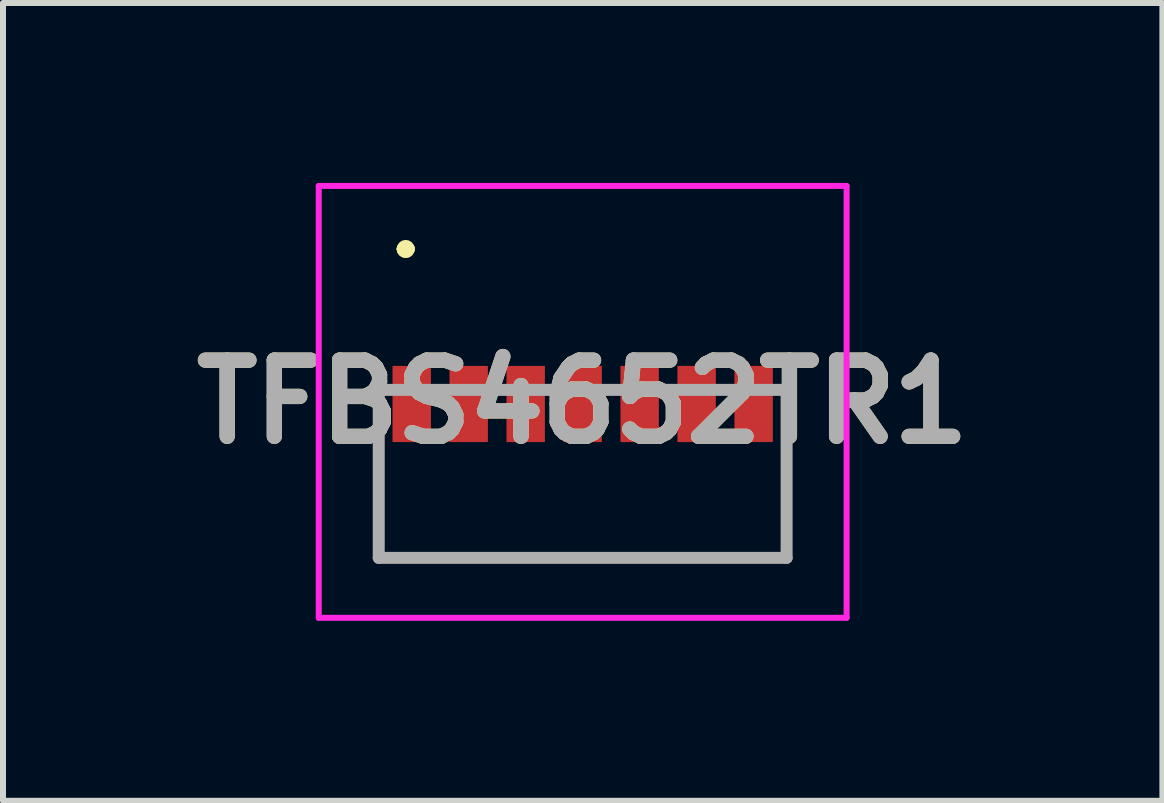
<source format=kicad_pcb>
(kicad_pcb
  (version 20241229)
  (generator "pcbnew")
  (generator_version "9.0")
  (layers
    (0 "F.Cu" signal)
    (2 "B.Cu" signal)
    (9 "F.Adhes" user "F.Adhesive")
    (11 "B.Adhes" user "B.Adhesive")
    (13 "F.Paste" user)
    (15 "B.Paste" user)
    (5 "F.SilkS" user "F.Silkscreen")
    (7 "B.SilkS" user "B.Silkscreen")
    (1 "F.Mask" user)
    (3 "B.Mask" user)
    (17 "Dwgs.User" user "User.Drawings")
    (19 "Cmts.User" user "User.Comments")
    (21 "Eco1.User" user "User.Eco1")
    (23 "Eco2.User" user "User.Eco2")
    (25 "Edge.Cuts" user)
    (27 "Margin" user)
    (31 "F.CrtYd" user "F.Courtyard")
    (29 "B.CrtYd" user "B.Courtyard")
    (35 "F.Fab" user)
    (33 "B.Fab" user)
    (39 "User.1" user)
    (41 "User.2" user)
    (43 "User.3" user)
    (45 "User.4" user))
  (footprint "TFBS4652TR1"
    (layer "F.Cu")
    (at 6.664 4.85)
    (property "Reference" "TFBS4652TR1" (at 0 -1.2 0) (layer "F.SilkS") (effects (font (size 1.27 1.27) (thickness 0.254))))
    (attr smd)
    (fp_line (start -3.4 -1.4) (end -3.4 -1.4) (stroke (width 0.1) (type solid)) (layer "F.SilkS"))
    (fp_line (start -3.4 -1.4) (end -3.4 1.4) (stroke (width 0.1) (type solid)) (layer "F.SilkS"))
    (fp_line (start -3.4 1.4) (end -3.4 -1.4) (stroke (width 0.1) (type solid)) (layer "F.SilkS"))
    (fp_line (start -3.4 1.4) (end -3.4 1.4) (stroke (width 0.1) (type solid)) (layer "F.SilkS"))
    (fp_line (start -3.4 1.4) (end -3.4 1.4) (stroke (width 0.1) (type solid)) (layer "F.SilkS"))
    (fp_line (start -3.4 1.4) (end 3.4 1.4) (stroke (width 0.1) (type solid)) (layer "F.SilkS"))
    (fp_line (start -3 -3.75) (end -3 -3.75) (stroke (width 0.2) (type solid)) (layer "F.SilkS"))
    (fp_line (start -3 -3.75) (end -3 -3.75) (stroke (width 0.2) (type solid)) (layer "F.SilkS"))
    (fp_line (start -2.9 -3.75) (end -2.9 -3.75) (stroke (width 0.2) (type solid)) (layer "F.SilkS"))
    (fp_line (start 3.4 -1.4) (end 3.4 -1.4) (stroke (width 0.1) (type solid)) (layer "F.SilkS"))
    (fp_line (start 3.4 -1.4) (end 3.4 1.4) (stroke (width 0.1) (type solid)) (layer "F.SilkS"))
    (fp_line (start 3.4 1.4) (end -3.4 1.4) (stroke (width 0.1) (type solid)) (layer "F.SilkS"))
    (fp_line (start 3.4 1.4) (end 3.4 -1.4) (stroke (width 0.1) (type solid)) (layer "F.SilkS"))
    (fp_line (start 3.4 1.4) (end 3.4 1.4) (stroke (width 0.1) (type solid)) (layer "F.SilkS"))
    (fp_line (start 3.4 1.4) (end 3.4 1.4) (stroke (width 0.1) (type solid)) (layer "F.SilkS"))
    (fp_arc (start -3 -3.75) (mid -2.95 -3.8) (end -2.9 -3.75) (stroke (width 0.2) (type solid)) (layer "F.SilkS"))
    (fp_arc (start -2.9 -3.75) (mid -2.95 -3.7) (end -3 -3.75) (stroke (width 0.2) (type solid)) (layer "F.SilkS"))
    (fp_arc (start -2.9 -3.75) (mid -2.95 -3.7) (end -3 -3.75) (stroke (width 0.2) (type solid)) (layer "F.SilkS"))
    (fp_line (start -4.4 -4.8) (end 4.4 -4.8) (stroke (width 0.1) (type solid)) (layer "F.CrtYd"))
    (fp_line (start -4.4 2.4) (end -4.4 -4.8) (stroke (width 0.1) (type solid)) (layer "F.CrtYd"))
    (fp_line (start 4.4 -4.8) (end 4.4 2.4) (stroke (width 0.1) (type solid)) (layer "F.CrtYd"))
    (fp_line (start 4.4 2.4) (end -4.4 2.4) (stroke (width 0.1) (type solid)) (layer "F.CrtYd"))
    (fp_line (start -3.4 -1.4) (end -3.4 1.4) (stroke (width 0.2) (type solid)) (layer "F.Fab"))
    (fp_line (start -3.4 1.4) (end 3.4 1.4) (stroke (width 0.2) (type solid)) (layer "F.Fab"))
    (fp_line (start 3.4 -1.4) (end -3.4 -1.4) (stroke (width 0.2) (type solid)) (layer "F.Fab"))
    (fp_line (start 3.4 1.4) (end 3.4 -1.4) (stroke (width 0.2) (type solid)) (layer "F.Fab"))
    (fp_text user "${REFERENCE}" (at 0 -1.2 0) (layer "F.Fab") (effects (font (size 1.27 1.27) (thickness 0.254))))
    (pad "1" smd rect (at -2.85 -1.165) (size 0.64 1.27) (layers "F.Cu" "F.Mask" "F.Paste"))
    (pad "2" smd rect (at -1.9 -1.165) (size 0.64 1.27) (layers "F.Cu" "F.Mask" "F.Paste"))
    (pad "3" smd rect (at -0.95 -1.165) (size 0.64 1.27) (layers "F.Cu" "F.Mask" "F.Paste"))
    (pad "4" smd rect (at 0 -1.165) (size 0.64 1.27) (layers "F.Cu" "F.Mask" "F.Paste"))
    (pad "5" smd rect (at 0.95 -1.165) (size 0.64 1.27) (layers "F.Cu" "F.Mask" "F.Paste"))
    (pad "6" smd rect (at 1.9 -1.165) (size 0.64 1.27) (layers "F.Cu" "F.Mask" "F.Paste"))
    (pad "7" smd rect (at 2.85 -1.165) (size 0.64 1.27) (layers "F.Cu" "F.Mask" "F.Paste")))
  (gr_rect
    (start -3 -3)
    (end 16.329 10.3)
    (stroke (width 0.1) (type default))
    (fill no)
    (layer "Edge.Cuts")))
</source>
